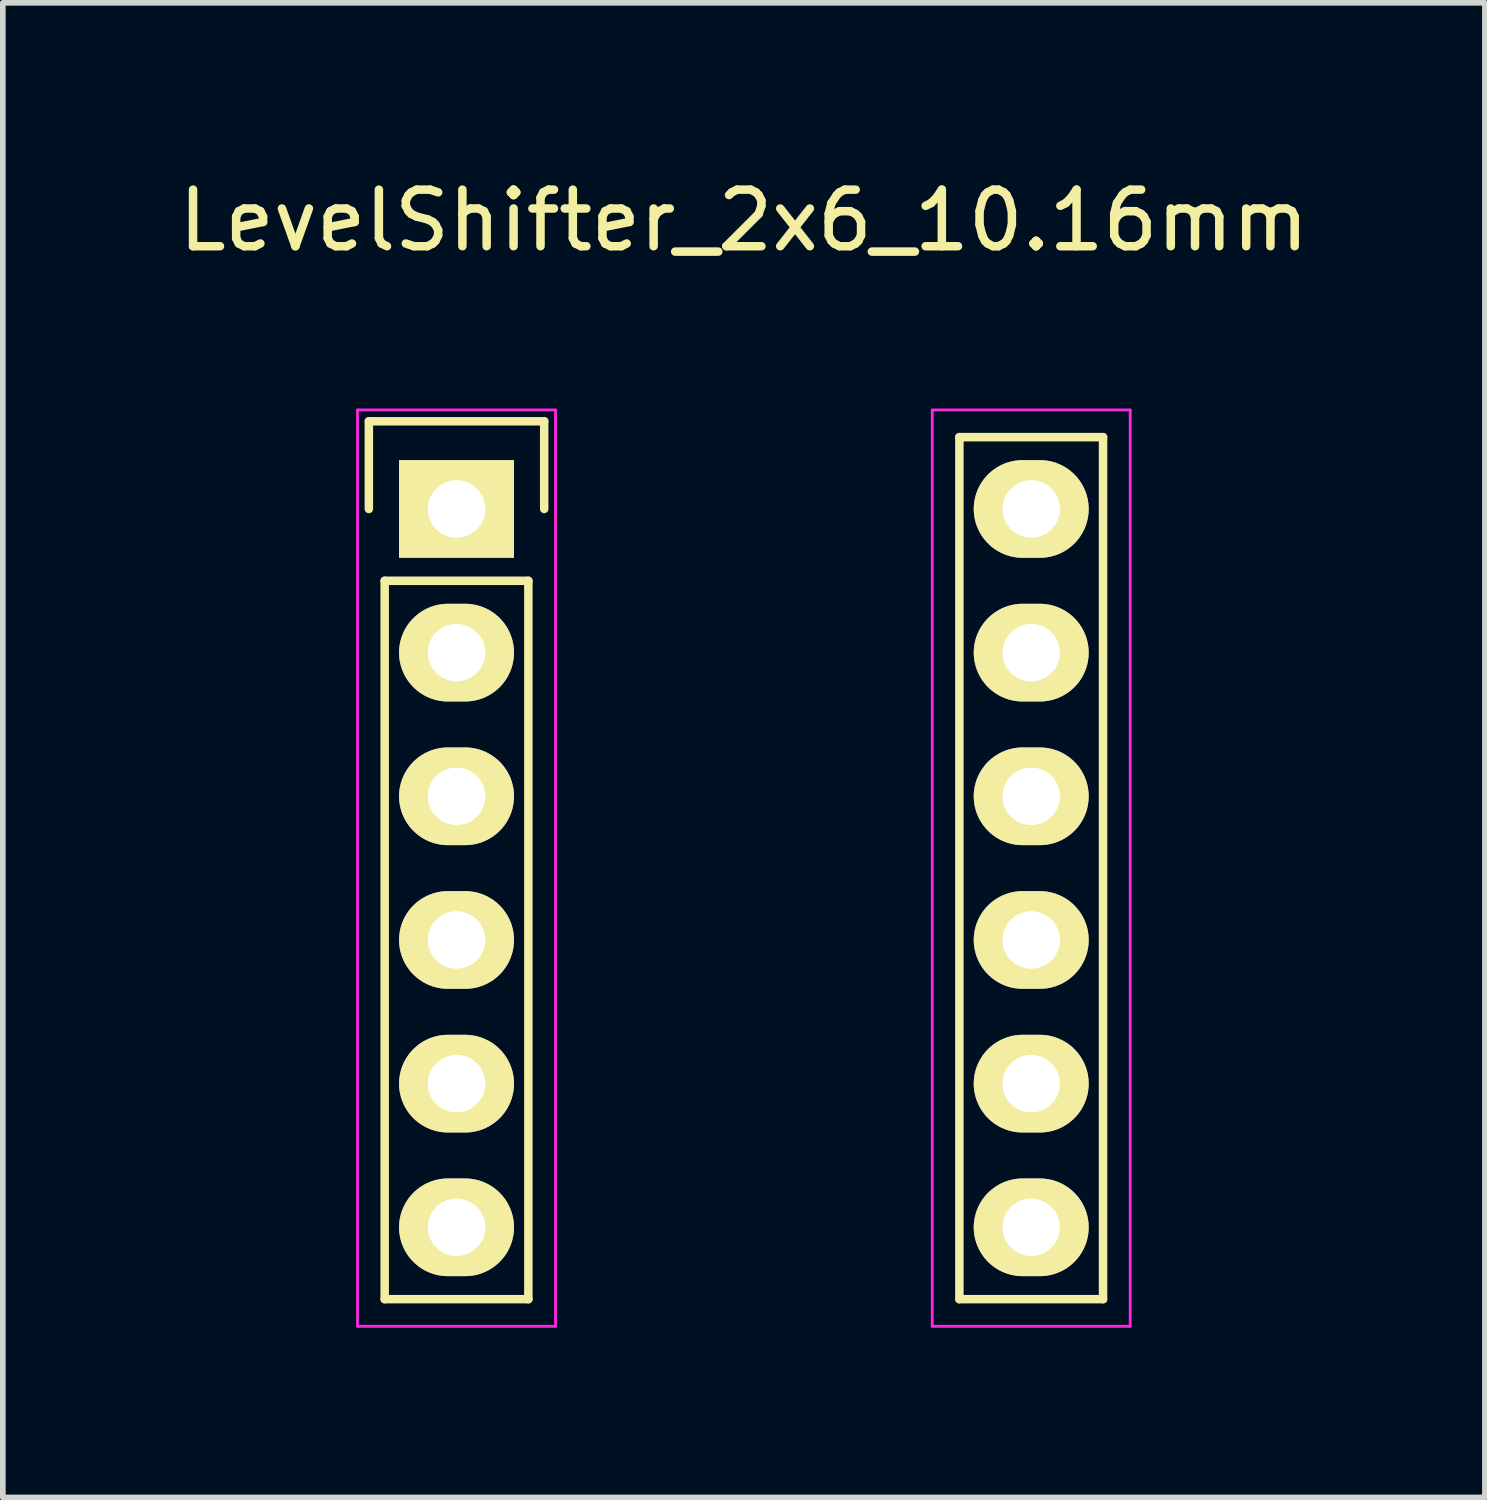
<source format=kicad_pcb>
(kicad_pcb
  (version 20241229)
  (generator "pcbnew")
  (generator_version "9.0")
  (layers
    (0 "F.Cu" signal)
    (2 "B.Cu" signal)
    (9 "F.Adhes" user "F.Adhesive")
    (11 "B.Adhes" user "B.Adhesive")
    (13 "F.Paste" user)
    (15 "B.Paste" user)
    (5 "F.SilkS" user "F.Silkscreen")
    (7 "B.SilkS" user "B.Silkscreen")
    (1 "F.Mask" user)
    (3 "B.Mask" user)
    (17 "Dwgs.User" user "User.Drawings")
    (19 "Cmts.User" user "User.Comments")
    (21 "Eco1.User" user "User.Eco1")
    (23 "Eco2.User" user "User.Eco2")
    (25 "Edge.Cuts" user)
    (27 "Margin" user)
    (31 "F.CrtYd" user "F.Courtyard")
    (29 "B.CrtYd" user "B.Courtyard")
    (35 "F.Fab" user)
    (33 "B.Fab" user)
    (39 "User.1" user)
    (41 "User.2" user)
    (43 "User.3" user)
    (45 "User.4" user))
  (footprint "LevelShifter_2x6_10.16mm"
    (layer "F.Cu")
    (at 10.101 5.948)
    (property "Reference" "LevelShifter_2x6_10.16mm" (at 0 -5.1 0) (layer "F.SilkS") (effects (font (size 1 1) (thickness 0.15))))
    (attr through_hole)
    (fp_line (start -6.63 -1.55) (end -3.53 -1.55) (stroke (width 0.15) (type solid)) (layer "F.SilkS"))
    (fp_line (start -6.63 0) (end -6.63 -1.55) (stroke (width 0.15) (type solid)) (layer "F.SilkS"))
    (fp_line (start -6.35 13.97) (end -6.35 1.27) (stroke (width 0.15) (type solid)) (layer "F.SilkS"))
    (fp_line (start -3.81 1.27) (end -6.35 1.27) (stroke (width 0.15) (type solid)) (layer "F.SilkS"))
    (fp_line (start -3.81 1.27) (end -3.81 13.97) (stroke (width 0.15) (type solid)) (layer "F.SilkS"))
    (fp_line (start -3.81 13.97) (end -6.35 13.97) (stroke (width 0.15) (type solid)) (layer "F.SilkS"))
    (fp_line (start -3.53 -1.55) (end -3.53 0) (stroke (width 0.15) (type solid)) (layer "F.SilkS"))
    (fp_line (start 3.81 13.97) (end 3.81 -1.27) (stroke (width 0.15) (type solid)) (layer "F.SilkS"))
    (fp_line (start 6.35 -1.27) (end 3.81 -1.27) (stroke (width 0.15) (type solid)) (layer "F.SilkS"))
    (fp_line (start 6.35 -1.27) (end 6.35 13.97) (stroke (width 0.15) (type solid)) (layer "F.SilkS"))
    (fp_line (start 6.35 13.97) (end 3.81 13.97) (stroke (width 0.15) (type solid)) (layer "F.SilkS"))
    (fp_line (start -6.83 -1.75) (end -6.83 14.45) (stroke (width 0.05) (type solid)) (layer "F.CrtYd"))
    (fp_line (start -6.83 -1.75) (end -3.33 -1.75) (stroke (width 0.05) (type solid)) (layer "F.CrtYd"))
    (fp_line (start -6.83 14.45) (end -3.33 14.45) (stroke (width 0.05) (type solid)) (layer "F.CrtYd"))
    (fp_line (start -3.33 -1.75) (end -3.33 14.45) (stroke (width 0.05) (type solid)) (layer "F.CrtYd"))
    (fp_line (start 3.33 -1.75) (end 3.33 14.45) (stroke (width 0.05) (type solid)) (layer "F.CrtYd"))
    (fp_line (start 3.33 -1.75) (end 6.83 -1.75) (stroke (width 0.05) (type solid)) (layer "F.CrtYd"))
    (fp_line (start 3.33 14.45) (end 6.83 14.45) (stroke (width 0.05) (type solid)) (layer "F.CrtYd"))
    (fp_line (start 6.83 -1.75) (end 6.83 14.45) (stroke (width 0.05) (type solid)) (layer "F.CrtYd"))
    (pad "1" thru_hole rect (at -5.08 0) (size 2.032 1.727) (drill 1.016) (layers "*.Cu" "*.Mask" "F.SilkS"))
    (pad "2" thru_hole oval (at -5.08 2.54) (size 2.032 1.727) (drill 1.016) (layers "*.Cu" "*.Mask" "F.SilkS"))
    (pad "3" thru_hole oval (at -5.08 5.08) (size 2.032 1.727) (drill 1.016) (layers "*.Cu" "*.Mask" "F.SilkS"))
    (pad "4" thru_hole oval (at -5.08 7.62) (size 2.032 1.727) (drill 1.016) (layers "*.Cu" "*.Mask" "F.SilkS"))
    (pad "5" thru_hole oval (at -5.08 10.16) (size 2.032 1.727) (drill 1.016) (layers "*.Cu" "*.Mask" "F.SilkS"))
    (pad "6" thru_hole oval (at -5.08 12.7) (size 2.032 1.727) (drill 1.016) (layers "*.Cu" "*.Mask" "F.SilkS"))
    (pad "7" thru_hole oval (at 5.08 12.7) (size 2.032 1.727) (drill 1.016) (layers "*.Cu" "*.Mask" "F.SilkS"))
    (pad "8" thru_hole oval (at 5.08 10.16) (size 2.032 1.727) (drill 1.016) (layers "*.Cu" "*.Mask" "F.SilkS"))
    (pad "9" thru_hole oval (at 5.08 7.62) (size 2.032 1.727) (drill 1.016) (layers "*.Cu" "*.Mask" "F.SilkS"))
    (pad "10" thru_hole oval (at 5.08 5.08) (size 2.032 1.727) (drill 1.016) (layers "*.Cu" "*.Mask" "F.SilkS"))
    (pad "11" thru_hole oval (at 5.08 2.54) (size 2.032 1.727) (drill 1.016) (layers "*.Cu" "*.Mask" "F.SilkS"))
    (pad "12" thru_hole oval (at 5.08 0) (size 2.032 1.727) (drill 1.016) (layers "*.Cu" "*.Mask" "F.SilkS")))
  (gr_rect
    (start -3 -3)
    (end 23.202 23.423)
    (stroke (width 0.1) (type default))
    (fill no)
    (layer "Edge.Cuts")))
</source>
